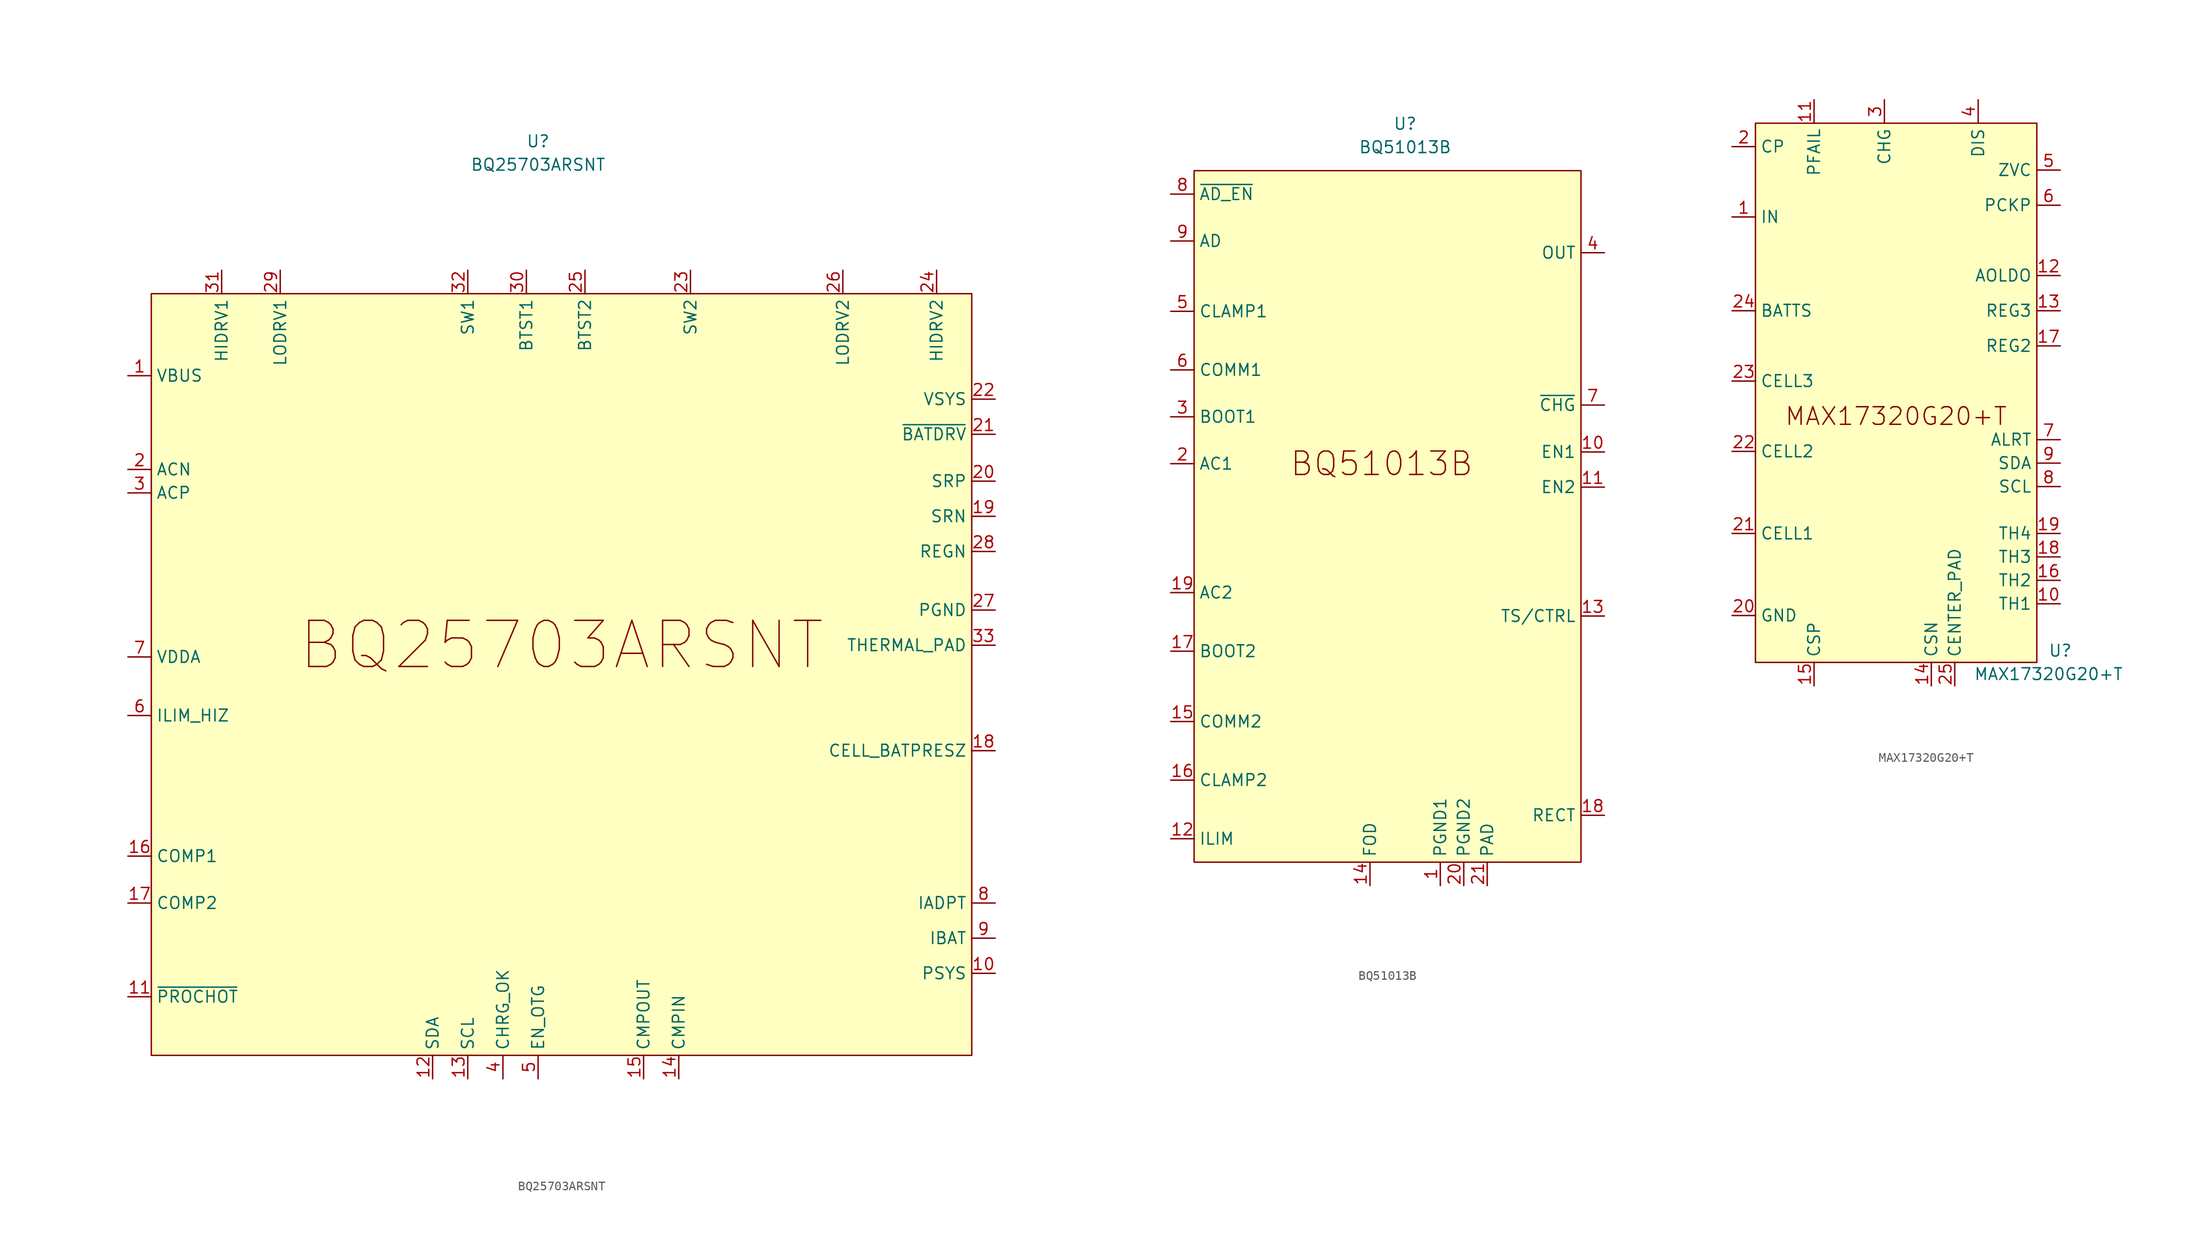
<source format=kicad_sym>
(kicad_symbol_lib
  (version 20211014)
  (generator kicad_symbol_editor)
  (symbol "BQ25703ARSNT"
    (property "Reference" "U"
      (at 0 57.15 0)
      (effects (font (size 1.27 1.27))))
    (property "Value" "BQ25703ARSNT"
      (at 0 54.61 0)
      (effects (font (size 1.27 1.27))))
    (symbol "BQ25703ARSNT_0_0"
      (text "BQ25703ARSNT" (at 2.54 2.54 0) (effects (font (size 5 5)))))
    (symbol "BQ25703ARSNT_0_1"
      (rectangle (start -41.91 40.64) (end 46.99 -41.91) (stroke (width 0) (type default) (color 0 0 0 0)) (fill (type background))))
    (symbol "BQ25703ARSNT_1_1"
      (pin power_in line (at -44.45 31.75 0) (length 2.54) (name "VBUS" (effects (font (size 1.27 1.27)))) (number "1" (effects (font (size 1.27 1.27)))))
      (pin output line (at 49.53 -33.02 180) (length 2.54) (name "PSYS" (effects (font (size 1.27 1.27)))) (number "10" (effects (font (size 1.27 1.27)))))
      (pin output line (at -44.45 -35.56 0) (length 2.54) (name "~{PROCHOT}" (effects (font (size 1.27 1.27)))) (number "11" (effects (font (size 1.27 1.27)))))
      (pin bidirectional line (at -11.43 -44.45 90) (length 2.54) (name "SDA" (effects (font (size 1.27 1.27)))) (number "12" (effects (font (size 1.27 1.27)))))
      (pin input line (at -7.62 -44.45 90) (length 2.54) (name "SCL" (effects (font (size 1.27 1.27)))) (number "13" (effects (font (size 1.27 1.27)))))
      (pin input line (at 15.24 -44.45 90) (length 2.54) (name "CMPIN" (effects (font (size 1.27 1.27)))) (number "14" (effects (font (size 1.27 1.27)))))
      (pin output line (at 11.43 -44.45 90) (length 2.54) (name "CMPOUT" (effects (font (size 1.27 1.27)))) (number "15" (effects (font (size 1.27 1.27)))))
      (pin input line (at -44.45 -20.32 0) (length 2.54) (name "COMP1" (effects (font (size 1.27 1.27)))) (number "16" (effects (font (size 1.27 1.27)))))
      (pin input line (at -44.45 -25.4 0) (length 2.54) (name "COMP2" (effects (font (size 1.27 1.27)))) (number "17" (effects (font (size 1.27 1.27)))))
      (pin input line (at 49.53 -8.89 180) (length 2.54) (name "CELL_BATPRESZ" (effects (font (size 1.27 1.27)))) (number "18" (effects (font (size 1.27 1.27)))))
      (pin power_in line (at 49.53 16.51 180) (length 2.54) (name "SRN" (effects (font (size 1.27 1.27)))) (number "19" (effects (font (size 1.27 1.27)))))
      (pin power_in line (at -44.45 21.59 0) (length 2.54) (name "ACN" (effects (font (size 1.27 1.27)))) (number "2" (effects (font (size 1.27 1.27)))))
      (pin power_in line (at 49.53 20.32 180) (length 2.54) (name "SRP" (effects (font (size 1.27 1.27)))) (number "20" (effects (font (size 1.27 1.27)))))
      (pin output line (at 49.53 25.4 180) (length 2.54) (name "~{BATDRV}" (effects (font (size 1.27 1.27)))) (number "21" (effects (font (size 1.27 1.27)))))
      (pin power_in line (at 49.53 29.21 180) (length 2.54) (name "VSYS" (effects (font (size 1.27 1.27)))) (number "22" (effects (font (size 1.27 1.27)))))
      (pin power_in line (at 16.51 43.18 270) (length 2.54) (name "SW2" (effects (font (size 1.27 1.27)))) (number "23" (effects (font (size 1.27 1.27)))))
      (pin output line (at 43.18 43.18 270) (length 2.54) (name "HIDRV2" (effects (font (size 1.27 1.27)))) (number "24" (effects (font (size 1.27 1.27)))))
      (pin power_in line (at 5.08 43.18 270) (length 2.54) (name "BTST2" (effects (font (size 1.27 1.27)))) (number "25" (effects (font (size 1.27 1.27)))))
      (pin output line (at 33.02 43.18 270) (length 2.54) (name "LODRV2" (effects (font (size 1.27 1.27)))) (number "26" (effects (font (size 1.27 1.27)))))
      (pin power_out line (at 49.53 6.35 180) (length 2.54) (name "PGND" (effects (font (size 1.27 1.27)))) (number "27" (effects (font (size 1.27 1.27)))))
      (pin power_in line (at 49.53 12.7 180) (length 2.54) (name "REGN" (effects (font (size 1.27 1.27)))) (number "28" (effects (font (size 1.27 1.27)))))
      (pin output line (at -27.94 43.18 270) (length 2.54) (name "LODRV1" (effects (font (size 1.27 1.27)))) (number "29" (effects (font (size 1.27 1.27)))))
      (pin power_in line (at -44.45 19.05 0) (length 2.54) (name "ACP" (effects (font (size 1.27 1.27)))) (number "3" (effects (font (size 1.27 1.27)))))
      (pin power_in line (at -1.27 43.18 270) (length 2.54) (name "BTST1" (effects (font (size 1.27 1.27)))) (number "30" (effects (font (size 1.27 1.27)))))
      (pin output line (at -34.29 43.18 270) (length 2.54) (name "HIDRV1" (effects (font (size 1.27 1.27)))) (number "31" (effects (font (size 1.27 1.27)))))
      (pin power_in line (at -7.62 43.18 270) (length 2.54) (name "SW1" (effects (font (size 1.27 1.27)))) (number "32" (effects (font (size 1.27 1.27)))))
      (pin power_out line (at 49.53 2.54 180) (length 2.54) (name "THERMAL_PAD" (effects (font (size 1.27 1.27)))) (number "33" (effects (font (size 1.27 1.27)))))
      (pin output line (at -3.81 -44.45 90) (length 2.54) (name "CHRG_OK" (effects (font (size 1.27 1.27)))) (number "4" (effects (font (size 1.27 1.27)))))
      (pin input line (at 0 -44.45 90) (length 2.54) (name "EN_OTG" (effects (font (size 1.27 1.27)))) (number "5" (effects (font (size 1.27 1.27)))))
      (pin input line (at -44.45 -5.08 0) (length 2.54) (name "ILIM_HIZ" (effects (font (size 1.27 1.27)))) (number "6" (effects (font (size 1.27 1.27)))))
      (pin power_in line (at -44.45 1.27 0) (length 2.54) (name "VDDA" (effects (font (size 1.27 1.27)))) (number "7" (effects (font (size 1.27 1.27)))))
      (pin bidirectional line (at 49.53 -25.4 180) (length 2.54) (name "IADPT" (effects (font (size 1.27 1.27)))) (number "8" (effects (font (size 1.27 1.27)))))
      (pin output line (at 49.53 -29.21 180) (length 2.54) (name "IBAT" (effects (font (size 1.27 1.27)))) (number "9" (effects (font (size 1.27 1.27)))))))
  (symbol "BQ51013B"
    (property "Reference" "U"
      (at 0 33.02 0)
      (effects (font (size 1.27 1.27))))
    (property "Value" "BQ51013B"
      (at 0 30.48 0)
      (effects (font (size 1.27 1.27))))
    (symbol "BQ51013B_0_0"
      (text "BQ51013B" (at -2.54 -3.81 0) (effects (font (size 2.54 2.54)))))
    (symbol "BQ51013B_0_1"
      (rectangle (start -22.86 27.94) (end 19.05 -46.99) (stroke (width 0) (type default) (color 0 0 0 0)) (fill (type background))))
    (symbol "BQ51013B_1_1"
      (pin input line (at 3.81 -49.53 90) (length 2.54) (name "PGND1" (effects (font (size 1.27 1.27)))) (number "1" (effects (font (size 1.27 1.27)))))
      (pin input line (at 21.59 -2.54 180) (length 2.54) (name "EN1" (effects (font (size 1.27 1.27)))) (number "10" (effects (font (size 1.27 1.27)))))
      (pin input line (at 21.59 -6.35 180) (length 2.54) (name "EN2" (effects (font (size 1.27 1.27)))) (number "11" (effects (font (size 1.27 1.27)))))
      (pin input line (at -25.4 -44.45 0) (length 2.54) (name "ILIM" (effects (font (size 1.27 1.27)))) (number "12" (effects (font (size 1.27 1.27)))))
      (pin input line (at 21.59 -20.32 180) (length 2.54) (name "TS/CTRL" (effects (font (size 1.27 1.27)))) (number "13" (effects (font (size 1.27 1.27)))))
      (pin input line (at -3.81 -49.53 90) (length 2.54) (name "FOD" (effects (font (size 1.27 1.27)))) (number "14" (effects (font (size 1.27 1.27)))))
      (pin input line (at -25.4 -31.75 0) (length 2.54) (name "COMM2" (effects (font (size 1.27 1.27)))) (number "15" (effects (font (size 1.27 1.27)))))
      (pin input line (at -25.4 -38.1 0) (length 2.54) (name "CLAMP2" (effects (font (size 1.27 1.27)))) (number "16" (effects (font (size 1.27 1.27)))))
      (pin input line (at -25.4 -24.13 0) (length 2.54) (name "BOOT2" (effects (font (size 1.27 1.27)))) (number "17" (effects (font (size 1.27 1.27)))))
      (pin input line (at 21.59 -41.91 180) (length 2.54) (name "RECT" (effects (font (size 1.27 1.27)))) (number "18" (effects (font (size 1.27 1.27)))))
      (pin input line (at -25.4 -17.78 0) (length 2.54) (name "AC2" (effects (font (size 1.27 1.27)))) (number "19" (effects (font (size 1.27 1.27)))))
      (pin input line (at -25.4 -3.81 0) (length 2.54) (name "AC1" (effects (font (size 1.27 1.27)))) (number "2" (effects (font (size 1.27 1.27)))))
      (pin input line (at 6.35 -49.53 90) (length 2.54) (name "PGND2" (effects (font (size 1.27 1.27)))) (number "20" (effects (font (size 1.27 1.27)))))
      (pin input line (at 8.89 -49.53 90) (length 2.54) (name "PAD" (effects (font (size 1.27 1.27)))) (number "21" (effects (font (size 1.27 1.27)))))
      (pin input line (at -25.4 1.27 0) (length 2.54) (name "BOOT1" (effects (font (size 1.27 1.27)))) (number "3" (effects (font (size 1.27 1.27)))))
      (pin input line (at 21.59 19.05 180) (length 2.54) (name "OUT" (effects (font (size 1.27 1.27)))) (number "4" (effects (font (size 1.27 1.27)))))
      (pin input line (at -25.4 12.7 0) (length 2.54) (name "CLAMP1" (effects (font (size 1.27 1.27)))) (number "5" (effects (font (size 1.27 1.27)))))
      (pin input line (at -25.4 6.35 0) (length 2.54) (name "COMM1" (effects (font (size 1.27 1.27)))) (number "6" (effects (font (size 1.27 1.27)))))
      (pin input line (at 21.59 2.54 180) (length 2.54) (name "~{CHG}" (effects (font (size 1.27 1.27)))) (number "7" (effects (font (size 1.27 1.27)))))
      (pin input line (at -25.4 25.4 0) (length 2.54) (name "~{AD_EN}" (effects (font (size 1.27 1.27)))) (number "8" (effects (font (size 1.27 1.27)))))
      (pin input line (at -25.4 20.32 0) (length 2.54) (name "AD" (effects (font (size 1.27 1.27)))) (number "9" (effects (font (size 1.27 1.27)))))))
  (symbol "MAX17320G20+T"
    (property "Reference" "U"
      (at 17.78 -33.02 0)
      (effects (font (size 1.27 1.27))))
    (property "Value" "MAX17320G20+T"
      (at 16.51 -35.56 0)
      (effects (font (size 1.27 1.27))))
    (symbol "MAX17320G20+T_0_0"
      (text "MAX17320G20+T" (at 0 -7.62 0) (effects (font (size 1.905 1.905)))))
    (symbol "MAX17320G20+T_0_1"
      (rectangle (start -15.24 24.13) (end 15.24 -34.29) (stroke (width 0) (type default) (color 0 0 0 0)) (fill (type background))))
    (symbol "MAX17320G20+T_1_1"
      (pin input line (at -17.78 13.97 0) (length 2.54) (name "IN" (effects (font (size 1.27 1.27)))) (number "1" (effects (font (size 1.27 1.27)))))
      (pin input line (at 17.78 -27.94 180) (length 2.54) (name "TH1" (effects (font (size 1.27 1.27)))) (number "10" (effects (font (size 1.27 1.27)))))
      (pin input line (at -8.89 26.67 270) (length 2.54) (name "PFAIL" (effects (font (size 1.27 1.27)))) (number "11" (effects (font (size 1.27 1.27)))))
      (pin input line (at 17.78 7.62 180) (length 2.54) (name "AOLDO" (effects (font (size 1.27 1.27)))) (number "12" (effects (font (size 1.27 1.27)))))
      (pin input line (at 17.78 3.81 180) (length 2.54) (name "REG3" (effects (font (size 1.27 1.27)))) (number "13" (effects (font (size 1.27 1.27)))))
      (pin input line (at 3.81 -36.83 90) (length 2.54) (name "CSN" (effects (font (size 1.27 1.27)))) (number "14" (effects (font (size 1.27 1.27)))))
      (pin input line (at -8.89 -36.83 90) (length 2.54) (name "CSP" (effects (font (size 1.27 1.27)))) (number "15" (effects (font (size 1.27 1.27)))))
      (pin input line (at 17.78 -25.4 180) (length 2.54) (name "TH2" (effects (font (size 1.27 1.27)))) (number "16" (effects (font (size 1.27 1.27)))))
      (pin input line (at 17.78 0 180) (length 2.54) (name "REG2" (effects (font (size 1.27 1.27)))) (number "17" (effects (font (size 1.27 1.27)))))
      (pin input line (at 17.78 -22.86 180) (length 2.54) (name "TH3" (effects (font (size 1.27 1.27)))) (number "18" (effects (font (size 1.27 1.27)))))
      (pin input line (at 17.78 -20.32 180) (length 2.54) (name "TH4" (effects (font (size 1.27 1.27)))) (number "19" (effects (font (size 1.27 1.27)))))
      (pin input line (at -17.78 21.59 0) (length 2.54) (name "CP" (effects (font (size 1.27 1.27)))) (number "2" (effects (font (size 1.27 1.27)))))
      (pin input line (at -17.78 -29.21 0) (length 2.54) (name "GND" (effects (font (size 1.27 1.27)))) (number "20" (effects (font (size 1.27 1.27)))))
      (pin input line (at -17.78 -20.32 0) (length 2.54) (name "CELL1" (effects (font (size 1.27 1.27)))) (number "21" (effects (font (size 1.27 1.27)))))
      (pin input line (at -17.78 -11.43 0) (length 2.54) (name "CELL2" (effects (font (size 1.27 1.27)))) (number "22" (effects (font (size 1.27 1.27)))))
      (pin input line (at -17.78 -3.81 0) (length 2.54) (name "CELL3" (effects (font (size 1.27 1.27)))) (number "23" (effects (font (size 1.27 1.27)))))
      (pin input line (at -17.78 3.81 0) (length 2.54) (name "BATTS" (effects (font (size 1.27 1.27)))) (number "24" (effects (font (size 1.27 1.27)))))
      (pin input line (at 6.35 -36.83 90) (length 2.54) (name "CENTER_PAD" (effects (font (size 1.27 1.27)))) (number "25" (effects (font (size 1.27 1.27)))))
      (pin input line (at -1.27 26.67 270) (length 2.54) (name "CHG" (effects (font (size 1.27 1.27)))) (number "3" (effects (font (size 1.27 1.27)))))
      (pin input line (at 8.89 26.67 270) (length 2.54) (name "DIS" (effects (font (size 1.27 1.27)))) (number "4" (effects (font (size 1.27 1.27)))))
      (pin input line (at 17.78 19.05 180) (length 2.54) (name "ZVC" (effects (font (size 1.27 1.27)))) (number "5" (effects (font (size 1.27 1.27)))))
      (pin input line (at 17.78 15.24 180) (length 2.54) (name "PCKP" (effects (font (size 1.27 1.27)))) (number "6" (effects (font (size 1.27 1.27)))))
      (pin input line (at 17.78 -10.16 180) (length 2.54) (name "ALRT" (effects (font (size 1.27 1.27)))) (number "7" (effects (font (size 1.27 1.27)))))
      (pin input line (at 17.78 -15.24 180) (length 2.54) (name "SCL" (effects (font (size 1.27 1.27)))) (number "8" (effects (font (size 1.27 1.27)))))
      (pin input line (at 17.78 -12.7 180) (length 2.54) (name "SDA" (effects (font (size 1.27 1.27)))) (number "9" (effects (font (size 1.27 1.27))))))))
</source>
